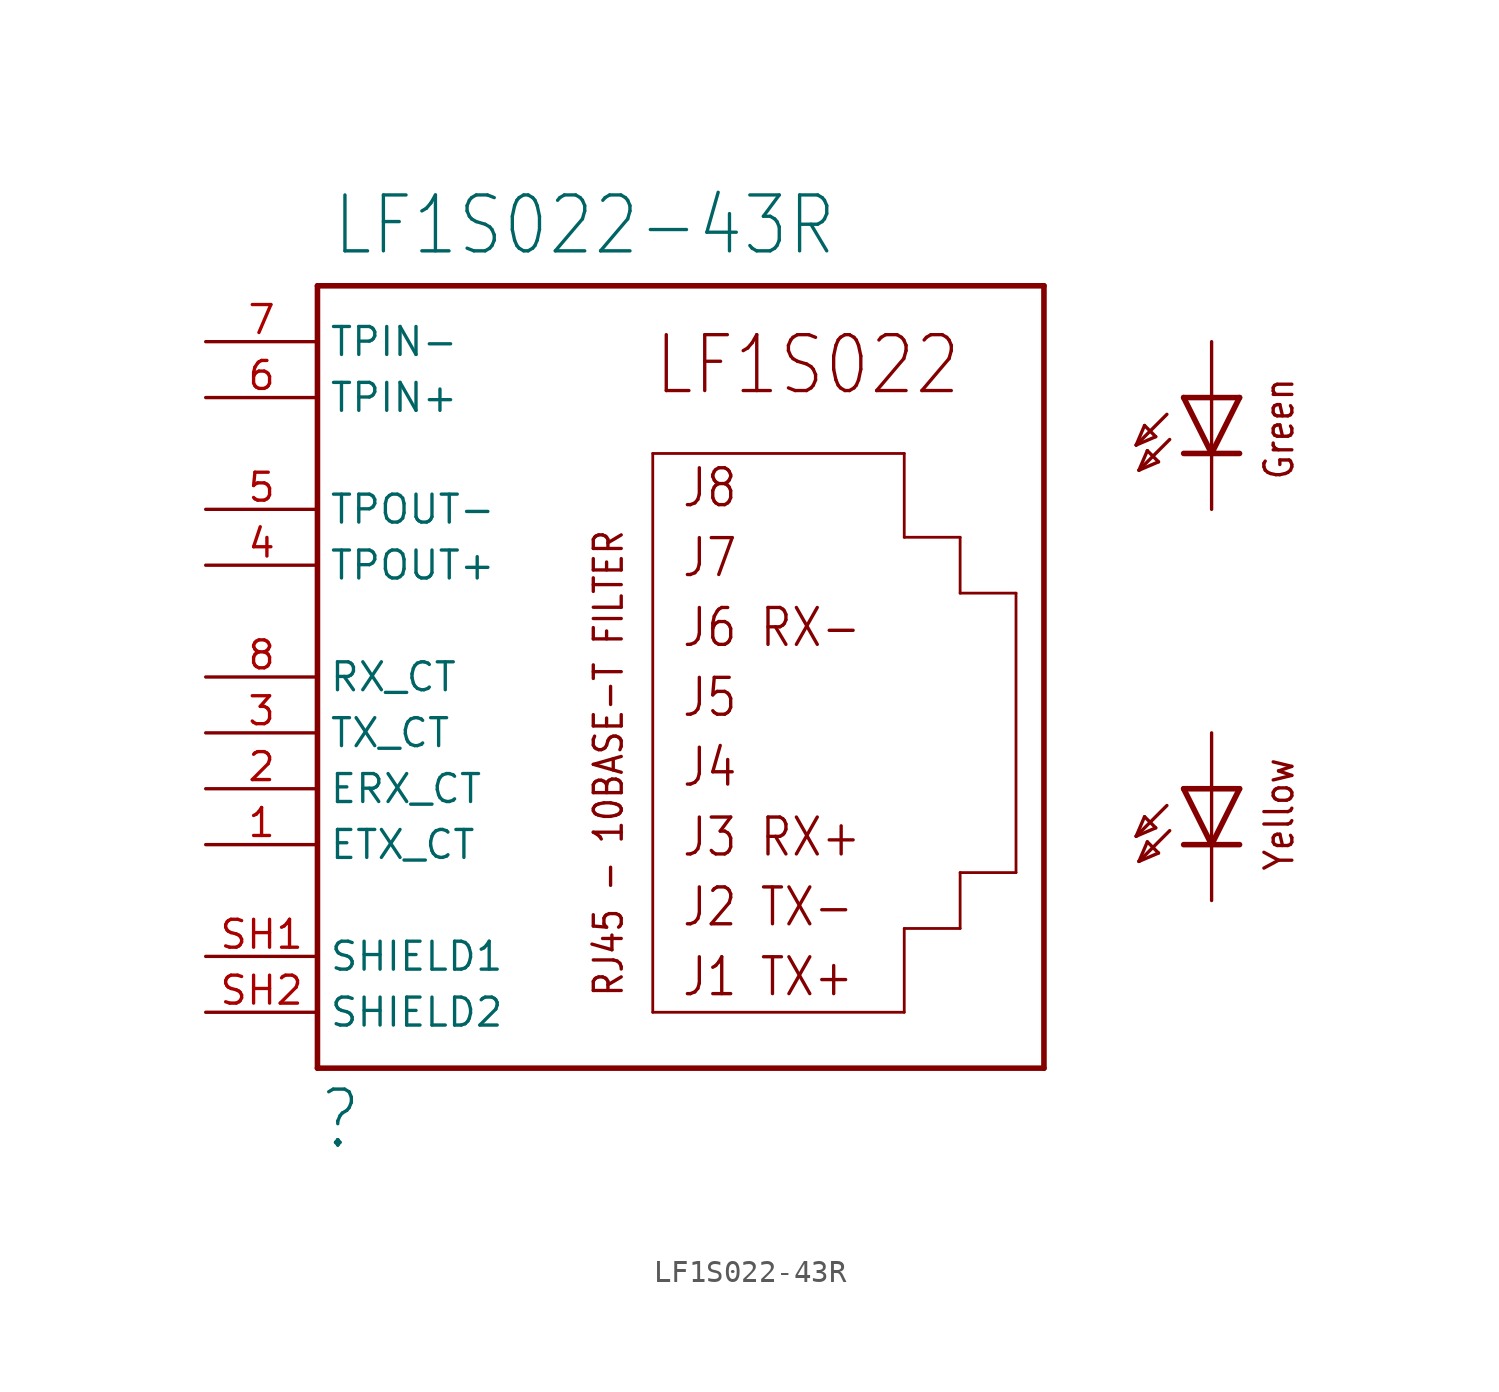
<source format=kicad_sym>
(kicad_symbol_lib
  (version 20220331)
  (generator kicad_symbol_editor)
  (symbol "LF1S022-43R"
    (property "Reference" ""
      (at 0 -3.81 0)
      (effects (font (size 2.54 2.159)) (justify left bottom)))
    (property "Value" "LF1S022-43R"
      (at 0.635 36.83 0)
      (effects (font (size 2.54 2.159)) (justify left bottom)))
    (property "ki_locked" ""
      (at 0 0 0)
      (effects (font (size 1.27 1.27))))
    (symbol "LF1S022-43R_1_0"
      (polyline (pts (xy 0 0) (xy 33.02 0)) (stroke (width 0.254) (type solid)) (fill (type none)))
      (polyline (pts (xy 0 35.56) (xy 0 0)) (stroke (width 0.254) (type solid)) (fill (type none)))
      (polyline (pts (xy 15.24 2.54) (xy 26.67 2.54)) (stroke (width 0.127) (type solid)) (fill (type none)))
      (polyline (pts (xy 15.24 27.94) (xy 15.24 2.54)) (stroke (width 0.127) (type solid)) (fill (type none)))
      (polyline (pts (xy 15.24 27.94) (xy 26.67 27.94)) (stroke (width 0.127) (type solid)) (fill (type none)))
      (polyline (pts (xy 26.67 2.54) (xy 26.67 6.35)) (stroke (width 0.127) (type solid)) (fill (type none)))
      (polyline (pts (xy 26.67 6.35) (xy 29.21 6.35)) (stroke (width 0.127) (type solid)) (fill (type none)))
      (polyline (pts (xy 26.67 24.13) (xy 29.21 24.13)) (stroke (width 0.127) (type solid)) (fill (type none)))
      (polyline (pts (xy 26.67 27.94) (xy 26.67 24.13)) (stroke (width 0.127) (type solid)) (fill (type none)))
      (polyline (pts (xy 29.21 6.35) (xy 29.21 8.89)) (stroke (width 0.127) (type solid)) (fill (type none)))
      (polyline (pts (xy 29.21 8.89) (xy 31.75 8.89)) (stroke (width 0.127) (type solid)) (fill (type none)))
      (polyline (pts (xy 29.21 21.59) (xy 31.75 21.59)) (stroke (width 0.127) (type solid)) (fill (type none)))
      (polyline (pts (xy 29.21 24.13) (xy 29.21 21.59)) (stroke (width 0.127) (type solid)) (fill (type none)))
      (polyline (pts (xy 31.75 21.59) (xy 31.75 8.89)) (stroke (width 0.127) (type solid)) (fill (type none)))
      (polyline (pts (xy 33.02 0) (xy 33.02 35.56)) (stroke (width 0.254) (type solid)) (fill (type none)))
      (polyline (pts (xy 33.02 35.56) (xy 0 35.56)) (stroke (width 0.254) (type solid)) (fill (type none)))
      (polyline (pts (xy 37.211 10.541) (xy 38.1 10.922)) (stroke (width 0.152) (type solid)) (fill (type none)))
      (polyline (pts (xy 37.211 28.321) (xy 38.1 28.702)) (stroke (width 0.152) (type solid)) (fill (type none)))
      (polyline (pts (xy 37.338 9.398) (xy 38.227 9.779)) (stroke (width 0.152) (type solid)) (fill (type none)))
      (polyline (pts (xy 37.338 27.178) (xy 38.227 27.559)) (stroke (width 0.152) (type solid)) (fill (type none)))
      (polyline (pts (xy 37.592 11.43) (xy 37.211 10.541)) (stroke (width 0.152) (type solid)) (fill (type none)))
      (polyline (pts (xy 37.592 29.21) (xy 37.211 28.321)) (stroke (width 0.152) (type solid)) (fill (type none)))
      (polyline (pts (xy 37.719 10.287) (xy 37.338 9.398)) (stroke (width 0.152) (type solid)) (fill (type none)))
      (polyline (pts (xy 37.719 28.067) (xy 37.338 27.178)) (stroke (width 0.152) (type solid)) (fill (type none)))
      (polyline (pts (xy 38.1 10.922) (xy 37.592 11.43)) (stroke (width 0.152) (type solid)) (fill (type none)))
      (polyline (pts (xy 38.1 28.702) (xy 37.592 29.21)) (stroke (width 0.152) (type solid)) (fill (type none)))
      (polyline (pts (xy 38.227 9.779) (xy 37.719 10.287)) (stroke (width 0.152) (type solid)) (fill (type none)))
      (polyline (pts (xy 38.227 27.559) (xy 37.719 28.067)) (stroke (width 0.152) (type solid)) (fill (type none)))
      (polyline (pts (xy 38.608 11.938) (xy 37.211 10.541)) (stroke (width 0.152) (type solid)) (fill (type none)))
      (polyline (pts (xy 38.608 29.718) (xy 37.211 28.321)) (stroke (width 0.152) (type solid)) (fill (type none)))
      (polyline (pts (xy 38.735 10.795) (xy 37.338 9.398)) (stroke (width 0.152) (type solid)) (fill (type none)))
      (polyline (pts (xy 38.735 28.575) (xy 37.338 27.178)) (stroke (width 0.152) (type solid)) (fill (type none)))
      (polyline (pts (xy 40.64 10.16) (xy 39.37 10.16)) (stroke (width 0.254) (type solid)) (fill (type none)))
      (polyline (pts (xy 40.64 10.16) (xy 39.37 12.7)) (stroke (width 0.254) (type solid)) (fill (type none)))
      (polyline (pts (xy 40.64 12.7) (xy 39.37 12.7)) (stroke (width 0.254) (type solid)) (fill (type none)))
      (polyline (pts (xy 40.64 12.7) (xy 40.64 10.16)) (stroke (width 0.152) (type solid)) (fill (type none)))
      (polyline (pts (xy 40.64 27.94) (xy 39.37 27.94)) (stroke (width 0.254) (type solid)) (fill (type none)))
      (polyline (pts (xy 40.64 27.94) (xy 39.37 30.48)) (stroke (width 0.254) (type solid)) (fill (type none)))
      (polyline (pts (xy 40.64 30.48) (xy 39.37 30.48)) (stroke (width 0.254) (type solid)) (fill (type none)))
      (polyline (pts (xy 40.64 30.48) (xy 40.64 27.94)) (stroke (width 0.152) (type solid)) (fill (type none)))
      (polyline (pts (xy 41.91 10.16) (xy 40.64 10.16)) (stroke (width 0.254) (type solid)) (fill (type none)))
      (polyline (pts (xy 41.91 12.7) (xy 40.64 10.16)) (stroke (width 0.254) (type solid)) (fill (type none)))
      (polyline (pts (xy 41.91 12.7) (xy 40.64 12.7)) (stroke (width 0.254) (type solid)) (fill (type none)))
      (polyline (pts (xy 41.91 27.94) (xy 40.64 27.94)) (stroke (width 0.254) (type solid)) (fill (type none)))
      (polyline (pts (xy 41.91 30.48) (xy 40.64 27.94)) (stroke (width 0.254) (type solid)) (fill (type none)))
      (polyline (pts (xy 41.91 30.48) (xy 40.64 30.48)) (stroke (width 0.254) (type solid)) (fill (type none)))
      (text "Green" (at 44.45 26.67 900) (effects (font (size 1.27 1.079)) (justify left bottom)))
      (text "J1 TX+" (at 16.51 3.175 0) (effects (font (size 1.676 1.425)) (justify left bottom)))
      (text "J2 TX-" (at 16.51 6.35 0) (effects (font (size 1.676 1.425)) (justify left bottom)))
      (text "J3 RX+" (at 16.51 9.525 0) (effects (font (size 1.676 1.425)) (justify left bottom)))
      (text "J4" (at 16.51 12.7 0) (effects (font (size 1.676 1.425)) (justify left bottom)))
      (text "J5" (at 16.51 15.875 0) (effects (font (size 1.676 1.425)) (justify left bottom)))
      (text "J6 RX-" (at 16.51 19.05 0) (effects (font (size 1.676 1.425)) (justify left bottom)))
      (text "J7" (at 16.51 22.225 0) (effects (font (size 1.676 1.425)) (justify left bottom)))
      (text "J8" (at 16.51 25.4 0) (effects (font (size 1.676 1.425)) (justify left bottom)))
      (text "LF1S022" (at 15.24 30.48 0) (effects (font (size 2.54 2.159)) (justify left bottom)))
      (text "RJ45 - 10BASE-T FILTER" (at 13.97 3.175 900) (effects (font (size 1.27 1.079)) (justify left bottom)))
      (text "Yellow" (at 44.45 8.89 900) (effects (font (size 1.27 1.079)) (justify left bottom)))
      (pin bidirectional line (at -5.08 10.16 0) (length 5.08) (name "ETX_CT" (effects (font (size 1.27 1.27)))) (number "1" (effects (font (size 1.27 1.27)))))
      (pin passive line (at 40.64 25.4 90) (length 2.54) (name "CG" (effects (font (size 0 0)))) (number "10" (effects (font (size 0 0)))))
      (pin passive line (at 40.64 7.62 90) (length 2.54) (name "CY" (effects (font (size 0 0)))) (number "11" (effects (font (size 0 0)))))
      (pin passive line (at 40.64 15.24 270) (length 2.54) (name "AY" (effects (font (size 0 0)))) (number "12" (effects (font (size 0 0)))))
      (pin bidirectional line (at -5.08 12.7 0) (length 5.08) (name "ERX_CT" (effects (font (size 1.27 1.27)))) (number "2" (effects (font (size 1.27 1.27)))))
      (pin bidirectional line (at -5.08 15.24 0) (length 5.08) (name "TX_CT" (effects (font (size 1.27 1.27)))) (number "3" (effects (font (size 1.27 1.27)))))
      (pin bidirectional line (at -5.08 22.86 0) (length 5.08) (name "TPOUT+" (effects (font (size 1.27 1.27)))) (number "4" (effects (font (size 1.27 1.27)))))
      (pin bidirectional line (at -5.08 25.4 0) (length 5.08) (name "TPOUT-" (effects (font (size 1.27 1.27)))) (number "5" (effects (font (size 1.27 1.27)))))
      (pin bidirectional line (at -5.08 30.48 0) (length 5.08) (name "TPIN+" (effects (font (size 1.27 1.27)))) (number "6" (effects (font (size 1.27 1.27)))))
      (pin bidirectional line (at -5.08 33.02 0) (length 5.08) (name "TPIN-" (effects (font (size 1.27 1.27)))) (number "7" (effects (font (size 1.27 1.27)))))
      (pin bidirectional line (at -5.08 17.78 0) (length 5.08) (name "RX_CT" (effects (font (size 1.27 1.27)))) (number "8" (effects (font (size 1.27 1.27)))))
      (pin passive line (at 40.64 33.02 270) (length 2.54) (name "AG" (effects (font (size 0 0)))) (number "9" (effects (font (size 0 0)))))
      (pin bidirectional line (at -5.08 5.08 0) (length 5.08) (name "SHIELD1" (effects (font (size 1.27 1.27)))) (number "SH1" (effects (font (size 1.27 1.27)))))
      (pin bidirectional line (at -5.08 2.54 0) (length 5.08) (name "SHIELD2" (effects (font (size 1.27 1.27)))) (number "SH2" (effects (font (size 1.27 1.27))))))))
</source>
